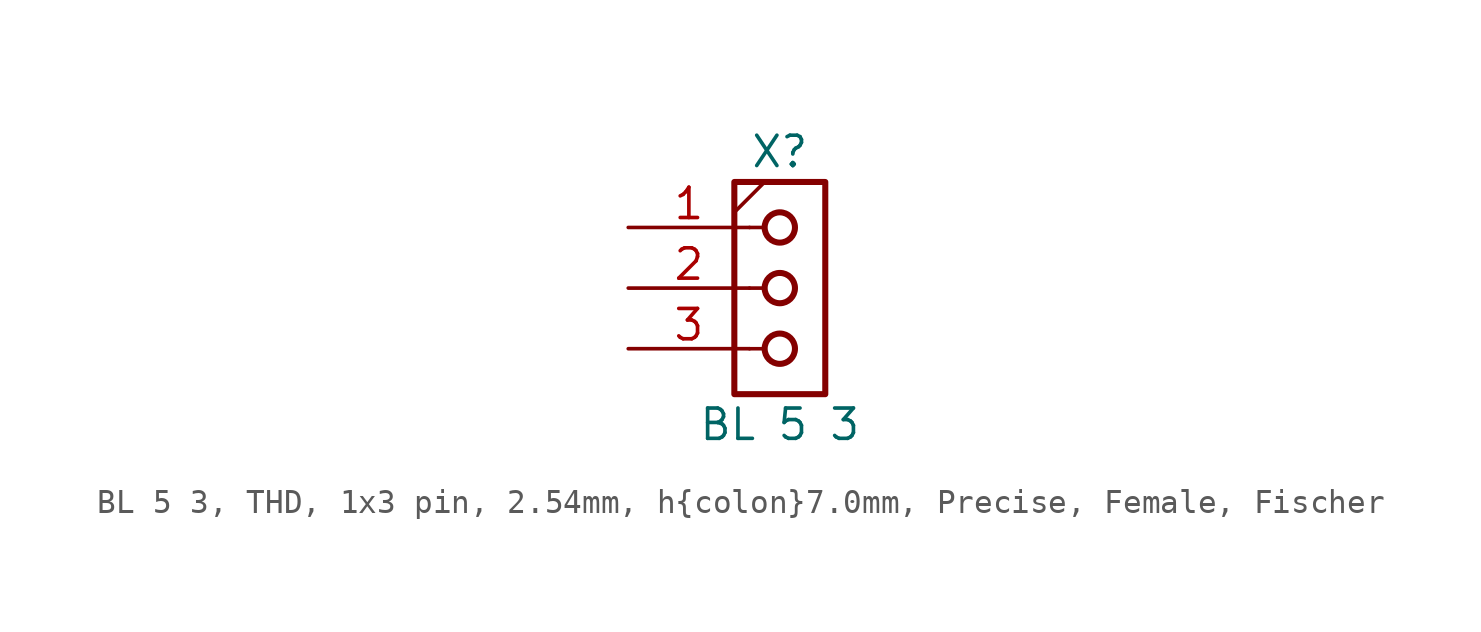
<source format=kicad_sym>
(kicad_symbol_lib
  (version 20241209)
  (generator "kicad_symbol_editor")
  (generator_version "9.0")
  (symbol "BL 5 3, THD, 1x3 pin, 2.54mm, h{colon}7.0mm, Precise, Female, Fischer"
    (pin_names
      (offset 1.016)
      (hide yes))
    (property "Reference" "X"
      (at 1.27 5.715 0)
      (effects (font (size 1.27 1.27))))
    (property "Value" "BL 5 3"
      (at 1.27 -5.715 0)
      (effects (font (size 1.27 1.27))))
    (property "Label" ""
      (at 0 0 0)
      (effects (font (size 1.27 1.27) (thickness 0.254) (bold yes))))
    (symbol "BL 5 3, THD, 1x3 pin, 2.54mm, h{colon}7.0mm, Precise, Female, Fischer_0_1"
      (circle (center 1.27 2.54) (radius 0.635) (stroke (width 0.254) (type default)) (fill (type none)))
      (circle (center 1.27 0) (radius 0.635) (stroke (width 0.254) (type default)) (fill (type none)))
      (circle (center 1.27 -2.54) (radius 0.635) (stroke (width 0.254) (type default)) (fill (type none))))
    (symbol "BL 5 3, THD, 1x3 pin, 2.54mm, h{colon}7.0mm, Precise, Female, Fischer_1_0"
      (polyline (pts (xy -0.635 3.175) (xy 0.635 4.445)) (stroke (width 0.152) (type default)) (fill (type none)))
      (polyline (pts (xy 0 2.54) (xy 0.635 2.54)) (stroke (width 0.152) (type default)) (fill (type none)))
      (polyline (pts (xy 0 0) (xy 0.635 0)) (stroke (width 0.152) (type default)) (fill (type none)))
      (polyline (pts (xy 0 -2.54) (xy 0.635 -2.54)) (stroke (width 0.152) (type default)) (fill (type none))))
    (symbol "BL 5 3, THD, 1x3 pin, 2.54mm, h{colon}7.0mm, Precise, Female, Fischer_1_1"
      (rectangle (start -0.635 4.445) (end 3.175 -4.445) (stroke (width 0.254) (type default)) (fill (type none)))
      (pin passive line (at -5.08 2.54 0) (length 5.08) (name "1" (effects (font (size 1.27 1.27)))) (number "1" (effects (font (size 1.27 1.27)))))
      (pin passive line (at -5.08 0 0) (length 5.08) (name "2" (effects (font (size 1.27 1.27)))) (number "2" (effects (font (size 1.27 1.27)))))
      (pin passive line (at -5.08 -2.54 0) (length 5.08) (name "3" (effects (font (size 1.27 1.27)))) (number "3" (effects (font (size 1.27 1.27))))))))
</source>
